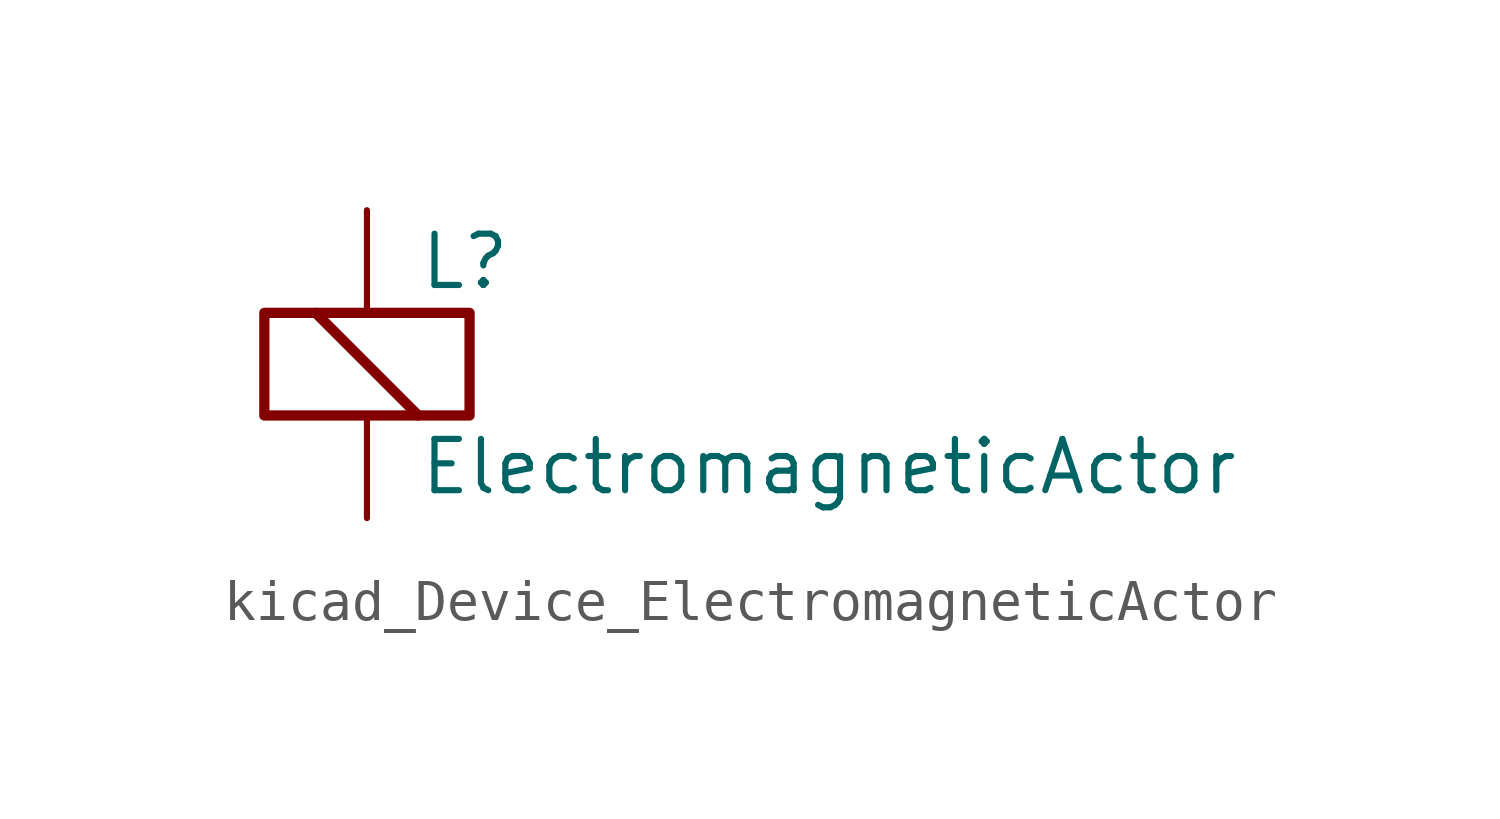
<source format=kicad_sym>
(kicad_symbol_lib
  (version 20220914)
  (generator kicad_symbol_editor)
  (symbol "kicad_Device_ElectromagneticActor"
    (pin_numbers hide)
    (pin_names
      (offset 0.025) hide)
    (property "Reference" "L"
      (at 1.27 3.81 0)
      (effects (font (size 1.27 1.27)) (justify left)))
    (property "Value" "ElectromagneticActor"
      (at 1.27 -1.27 0)
      (effects (font (size 1.27 1.27)) (justify left)))
    (symbol "kicad_Device_ElectromagneticActor_0_1"
      (rectangle (start -2.54 2.54) (end 2.54 0) (stroke (width 0.254) (type default)) (fill (type none)))
      (polyline (pts (xy -1.27 2.54) (xy 1.27 0)) (stroke (width 0.254) (type default)) (fill (type none))))
    (symbol "kicad_Device_ElectromagneticActor_1_1"
      (pin passive line (at 0 5.08 270) (length 2.54) (name "-" (effects (font (size 1.27 1.27)))) (number "1" (effects (font (size 1.27 1.27)))))
      (pin passive line (at 0 -2.54 90) (length 2.54) (name "+" (effects (font (size 1.27 1.27)))) (number "2" (effects (font (size 1.27 1.27))))))))
</source>
